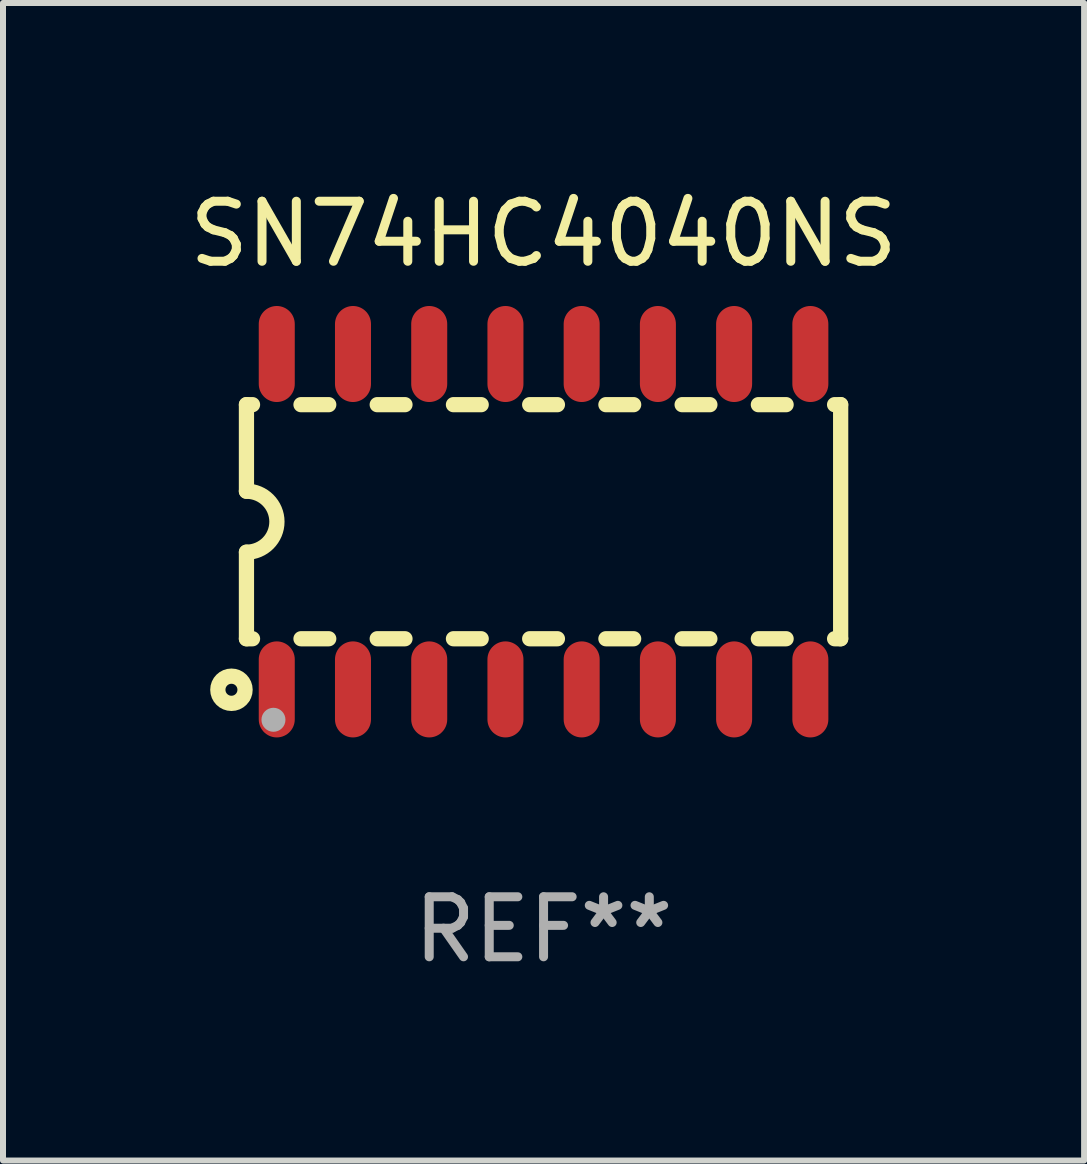
<source format=kicad_pcb>
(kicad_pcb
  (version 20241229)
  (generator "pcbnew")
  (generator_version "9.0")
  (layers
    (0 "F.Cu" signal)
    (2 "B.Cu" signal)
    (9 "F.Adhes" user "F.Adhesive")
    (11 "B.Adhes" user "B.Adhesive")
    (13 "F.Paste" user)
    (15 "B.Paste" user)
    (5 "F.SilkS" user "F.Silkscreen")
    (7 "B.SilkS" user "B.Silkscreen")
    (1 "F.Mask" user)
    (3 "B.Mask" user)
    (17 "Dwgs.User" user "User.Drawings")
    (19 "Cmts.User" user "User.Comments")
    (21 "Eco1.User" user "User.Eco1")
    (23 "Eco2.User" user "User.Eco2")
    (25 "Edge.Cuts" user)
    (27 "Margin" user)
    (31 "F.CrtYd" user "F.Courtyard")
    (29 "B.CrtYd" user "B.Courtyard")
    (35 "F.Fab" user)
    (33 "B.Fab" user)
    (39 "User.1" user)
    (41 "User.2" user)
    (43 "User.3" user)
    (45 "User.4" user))
  (footprint "SN74HC4040NS"
    (layer "F.Cu")
    (at 6.006 5.642)
    (property "Reference" "SN74HC4040NS" (at 0 -4.794 0) (layer "F.SilkS") (effects (font (size 1 1) (thickness 0.15))))
    (attr through_hole)
    (fp_line (start -4.95 -1.95) (end -4.95 -0.508) (stroke (width 0.254) (type solid)) (layer "F.SilkS"))
    (fp_line (start -4.95 -1.95) (end -4.849 -1.95) (stroke (width 0.254) (type solid)) (layer "F.SilkS"))
    (fp_line (start -4.95 1.95) (end -4.95 0.508) (stroke (width 0.254) (type solid)) (layer "F.SilkS"))
    (fp_line (start -4.95 1.95) (end -4.849 1.95) (stroke (width 0.254) (type solid)) (layer "F.SilkS"))
    (fp_line (start -4.041 -1.95) (end -3.579 -1.95) (stroke (width 0.254) (type solid)) (layer "F.SilkS"))
    (fp_line (start -4.041 1.95) (end -3.579 1.95) (stroke (width 0.254) (type solid)) (layer "F.SilkS"))
    (fp_line (start -2.771 -1.95) (end -2.309 -1.95) (stroke (width 0.254) (type solid)) (layer "F.SilkS"))
    (fp_line (start -2.771 1.95) (end -2.309 1.95) (stroke (width 0.254) (type solid)) (layer "F.SilkS"))
    (fp_line (start -1.501 -1.95) (end -1.039 -1.95) (stroke (width 0.254) (type solid)) (layer "F.SilkS"))
    (fp_line (start -1.501 1.95) (end -1.039 1.95) (stroke (width 0.254) (type solid)) (layer "F.SilkS"))
    (fp_line (start -0.231 -1.95) (end 0.231 -1.95) (stroke (width 0.254) (type solid)) (layer "F.SilkS"))
    (fp_line (start -0.231 1.95) (end 0.231 1.95) (stroke (width 0.254) (type solid)) (layer "F.SilkS"))
    (fp_line (start 1.039 -1.95) (end 1.501 -1.95) (stroke (width 0.254) (type solid)) (layer "F.SilkS"))
    (fp_line (start 1.039 1.95) (end 1.501 1.95) (stroke (width 0.254) (type solid)) (layer "F.SilkS"))
    (fp_line (start 2.309 -1.95) (end 2.771 -1.95) (stroke (width 0.254) (type solid)) (layer "F.SilkS"))
    (fp_line (start 2.309 1.95) (end 2.771 1.95) (stroke (width 0.254) (type solid)) (layer "F.SilkS"))
    (fp_line (start 3.579 -1.95) (end 4.041 -1.95) (stroke (width 0.254) (type solid)) (layer "F.SilkS"))
    (fp_line (start 3.579 1.95) (end 4.041 1.95) (stroke (width 0.254) (type solid)) (layer "F.SilkS"))
    (fp_line (start 4.849 -1.95) (end 4.95 -1.95) (stroke (width 0.254) (type solid)) (layer "F.SilkS"))
    (fp_line (start 4.849 1.95) (end 4.95 1.95) (stroke (width 0.254) (type solid)) (layer "F.SilkS"))
    (fp_line (start 4.95 -1.95) (end 4.95 1.95) (stroke (width 0.254) (type solid)) (layer "F.SilkS"))
    (fp_arc (start -4.95047 -0.508001) (mid -4.442469 -0.000228) (end -4.950013 0.508001) (stroke (width 0.254001) (type solid)) (layer "F.SilkS"))
    (fp_circle (center -5.2 2.8) (end -5.1 2.8) (stroke (width 0.254) (type solid)) (fill no) (layer "F.SilkS"))
    (fp_circle (center -4.95 2.947) (end -4.92 2.947) (stroke (width 0.06) (type solid)) (fill no) (layer "F.SilkS"))
    (fp_circle (center -4.5 3.3) (end -4.4 3.3) (stroke (width 0.2) (type solid)) (fill no) (layer "F.Fab"))
    (fp_text user "REF**" (at 0 6.794 0) (layer "F.Fab") (effects (font (size 1 1) (thickness 0.15))))
    (pad "1" smd oval (at -4.445 2.794) (size 0.6 1.6) (layers "F.Cu" "F.Mask" "F.Paste"))
    (pad "2" smd oval (at -3.175 2.794) (size 0.6 1.6) (layers "F.Cu" "F.Mask" "F.Paste"))
    (pad "3" smd oval (at -1.905 2.794) (size 0.6 1.6) (layers "F.Cu" "F.Mask" "F.Paste"))
    (pad "4" smd oval (at -0.635 2.794) (size 0.6 1.6) (layers "F.Cu" "F.Mask" "F.Paste"))
    (pad "5" smd oval (at 0.635 2.794) (size 0.6 1.6) (layers "F.Cu" "F.Mask" "F.Paste"))
    (pad "6" smd oval (at 1.905 2.794) (size 0.6 1.6) (layers "F.Cu" "F.Mask" "F.Paste"))
    (pad "7" smd oval (at 3.175 2.794) (size 0.6 1.6) (layers "F.Cu" "F.Mask" "F.Paste"))
    (pad "8" smd oval (at 4.445 2.794) (size 0.6 1.6) (layers "F.Cu" "F.Mask" "F.Paste"))
    (pad "9" smd oval (at 4.445 -2.794) (size 0.6 1.6) (layers "F.Cu" "F.Mask" "F.Paste"))
    (pad "10" smd oval (at 3.175 -2.794) (size 0.6 1.6) (layers "F.Cu" "F.Mask" "F.Paste"))
    (pad "11" smd oval (at 1.905 -2.794) (size 0.6 1.6) (layers "F.Cu" "F.Mask" "F.Paste"))
    (pad "12" smd oval (at 0.635 -2.794) (size 0.6 1.6) (layers "F.Cu" "F.Mask" "F.Paste"))
    (pad "13" smd oval (at -0.635 -2.794) (size 0.6 1.6) (layers "F.Cu" "F.Mask" "F.Paste"))
    (pad "14" smd oval (at -1.905 -2.794) (size 0.6 1.6) (layers "F.Cu" "F.Mask" "F.Paste"))
    (pad "15" smd oval (at -3.175 -2.794) (size 0.6 1.6) (layers "F.Cu" "F.Mask" "F.Paste"))
    (pad "16" smd oval (at -4.445 -2.794) (size 0.6 1.6) (layers "F.Cu" "F.Mask" "F.Paste")))
  (gr_rect
    (start -3 -3)
    (end 15.012 16.285)
    (stroke (width 0.1) (type default))
    (fill no)
    (layer "Edge.Cuts")))
</source>
